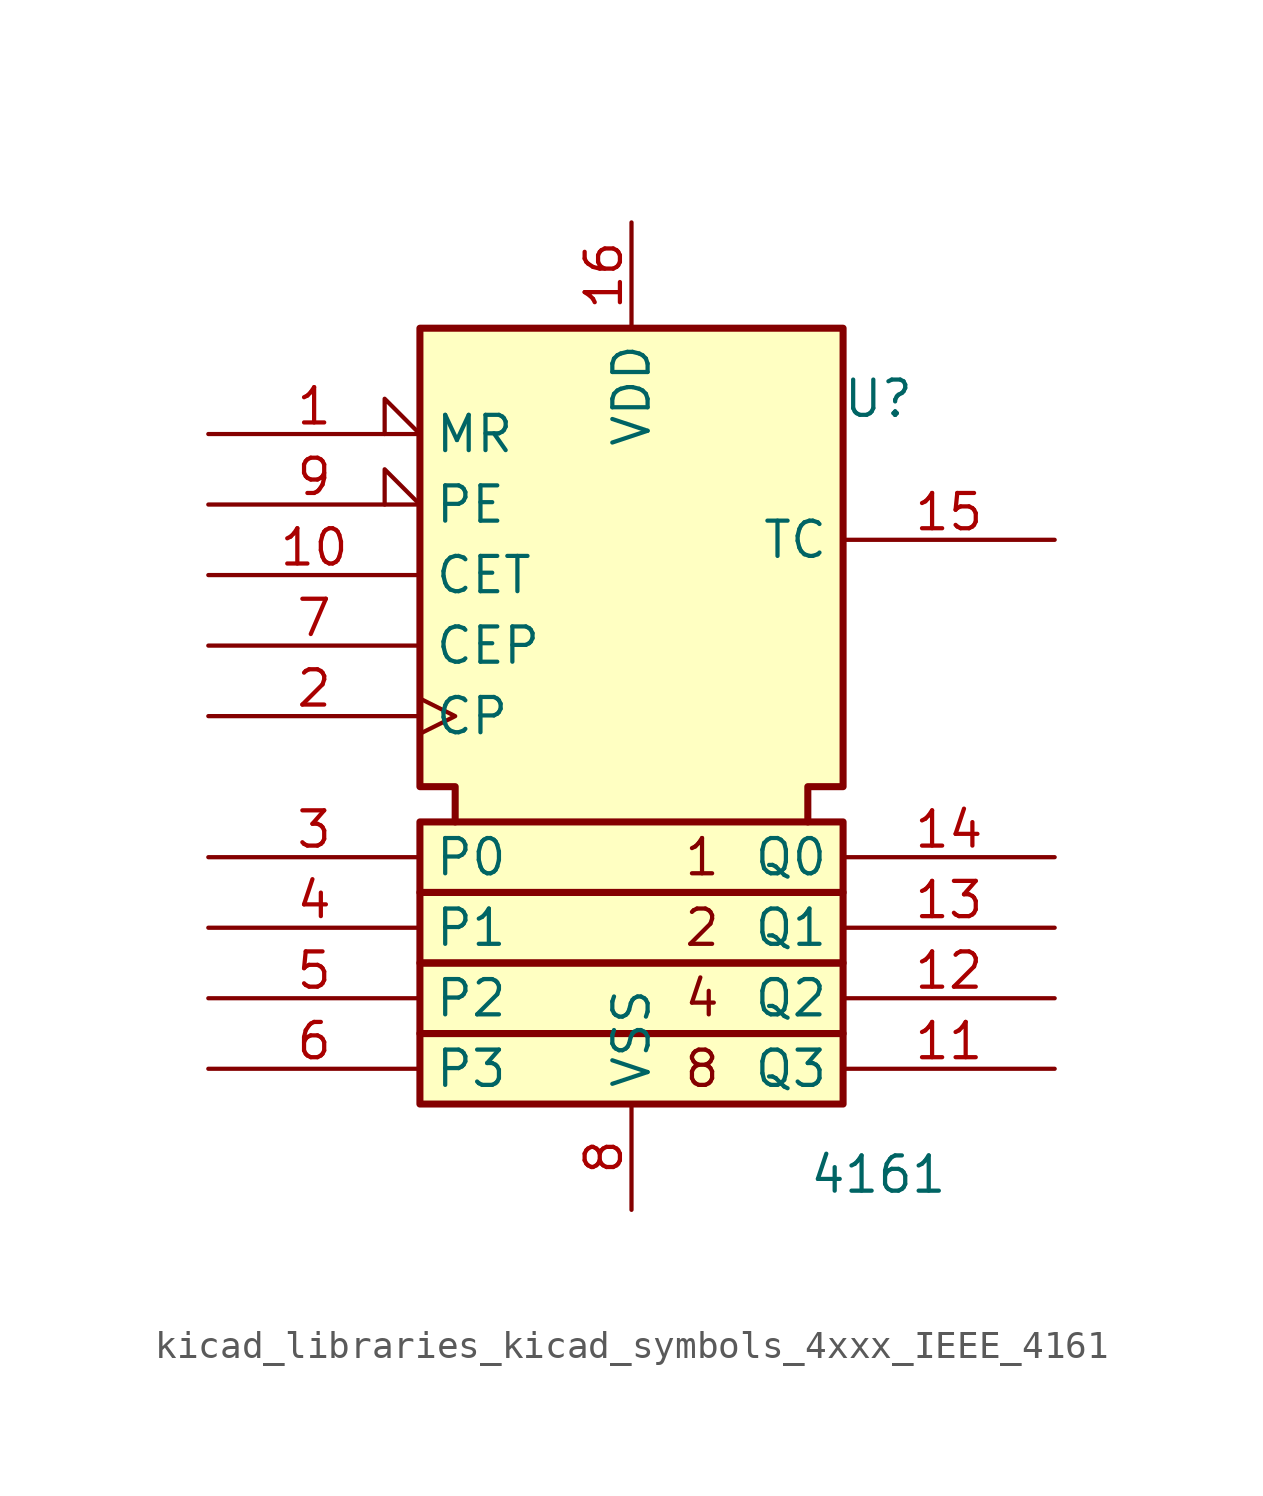
<source format=kicad_sym>
(kicad_symbol_lib
  (version 20220914)
  (generator kicad_symbol_editor)
  (symbol "kicad_libraries_kicad_symbols_4xxx_IEEE_4161"
    (property "Reference" "U"
      (at 8.89 8.89 0)
      (effects (font (size 1.27 1.27))))
    (property "Value" "4161"
      (at 8.89 -19.05 0)
      (effects (font (size 1.27 1.27))))
    (symbol "kicad_libraries_kicad_symbols_4xxx_IEEE_4161_0_0"
      (rectangle (start -7.62 -13.97) (end 7.62 -16.51) (stroke (width 0.254) (type default)) (fill (type background)))
      (rectangle (start -7.62 -11.43) (end 7.62 -13.97) (stroke (width 0.254) (type default)) (fill (type background)))
      (rectangle (start -7.62 -8.89) (end 7.62 -11.43) (stroke (width 0.254) (type default)) (fill (type background)))
      (rectangle (start -7.62 -6.35) (end 7.62 -8.89) (stroke (width 0.254) (type default)) (fill (type background)))
      (polyline (pts (xy -6.35 -6.35) (xy -6.35 -5.08) (xy -7.62 -5.08) (xy -7.62 11.43) (xy 7.62 11.43) (xy 7.62 -5.08) (xy 6.35 -5.08) (xy 6.35 -6.35) (xy 6.35 -6.35)) (stroke (width 0.254) (type default)) (fill (type background)))
      (text "1" (at 2.54 -7.62 0) (effects (font (size 1.27 1.27))))
      (text "2" (at 2.54 -10.16 0) (effects (font (size 1.27 1.27))))
      (text "4" (at 2.54 -12.7 0) (effects (font (size 1.27 1.27))))
      (text "8" (at 2.54 -15.24 0) (effects (font (size 1.27 1.27)))))
    (symbol "kicad_libraries_kicad_symbols_4xxx_IEEE_4161_1_1"
      (pin input input_low (at -15.24 7.62 0) (length 7.62) (name "MR" (effects (font (size 1.27 1.27)))) (number "1" (effects (font (size 1.27 1.27)))))
      (pin input line (at -15.24 2.54 0) (length 7.62) (name "CET" (effects (font (size 1.27 1.27)))) (number "10" (effects (font (size 1.27 1.27)))))
      (pin output line (at 15.24 -15.24 180) (length 7.62) (name "Q3" (effects (font (size 1.27 1.27)))) (number "11" (effects (font (size 1.27 1.27)))))
      (pin output line (at 15.24 -12.7 180) (length 7.62) (name "Q2" (effects (font (size 1.27 1.27)))) (number "12" (effects (font (size 1.27 1.27)))))
      (pin output line (at 15.24 -10.16 180) (length 7.62) (name "Q1" (effects (font (size 1.27 1.27)))) (number "13" (effects (font (size 1.27 1.27)))))
      (pin output line (at 15.24 -7.62 180) (length 7.62) (name "Q0" (effects (font (size 1.27 1.27)))) (number "14" (effects (font (size 1.27 1.27)))))
      (pin output line (at 15.24 3.81 180) (length 7.62) (name "TC" (effects (font (size 1.27 1.27)))) (number "15" (effects (font (size 1.27 1.27)))))
      (pin power_in line (at 0 15.24 270) (length 3.81) (name "VDD" (effects (font (size 1.27 1.27)))) (number "16" (effects (font (size 1.27 1.27)))))
      (pin input clock (at -15.24 -2.54 0) (length 7.62) (name "CP" (effects (font (size 1.27 1.27)))) (number "2" (effects (font (size 1.27 1.27)))))
      (pin input line (at -15.24 -7.62 0) (length 7.62) (name "P0" (effects (font (size 1.27 1.27)))) (number "3" (effects (font (size 1.27 1.27)))))
      (pin input line (at -15.24 -10.16 0) (length 7.62) (name "P1" (effects (font (size 1.27 1.27)))) (number "4" (effects (font (size 1.27 1.27)))))
      (pin input line (at -15.24 -12.7 0) (length 7.62) (name "P2" (effects (font (size 1.27 1.27)))) (number "5" (effects (font (size 1.27 1.27)))))
      (pin input line (at -15.24 -15.24 0) (length 7.62) (name "P3" (effects (font (size 1.27 1.27)))) (number "6" (effects (font (size 1.27 1.27)))))
      (pin input line (at -15.24 0 0) (length 7.62) (name "CEP" (effects (font (size 1.27 1.27)))) (number "7" (effects (font (size 1.27 1.27)))))
      (pin power_in line (at 0 -20.32 90) (length 3.81) (name "VSS" (effects (font (size 1.27 1.27)))) (number "8" (effects (font (size 1.27 1.27)))))
      (pin input input_low (at -15.24 5.08 0) (length 7.62) (name "PE" (effects (font (size 1.27 1.27)))) (number "9" (effects (font (size 1.27 1.27))))))))
</source>
